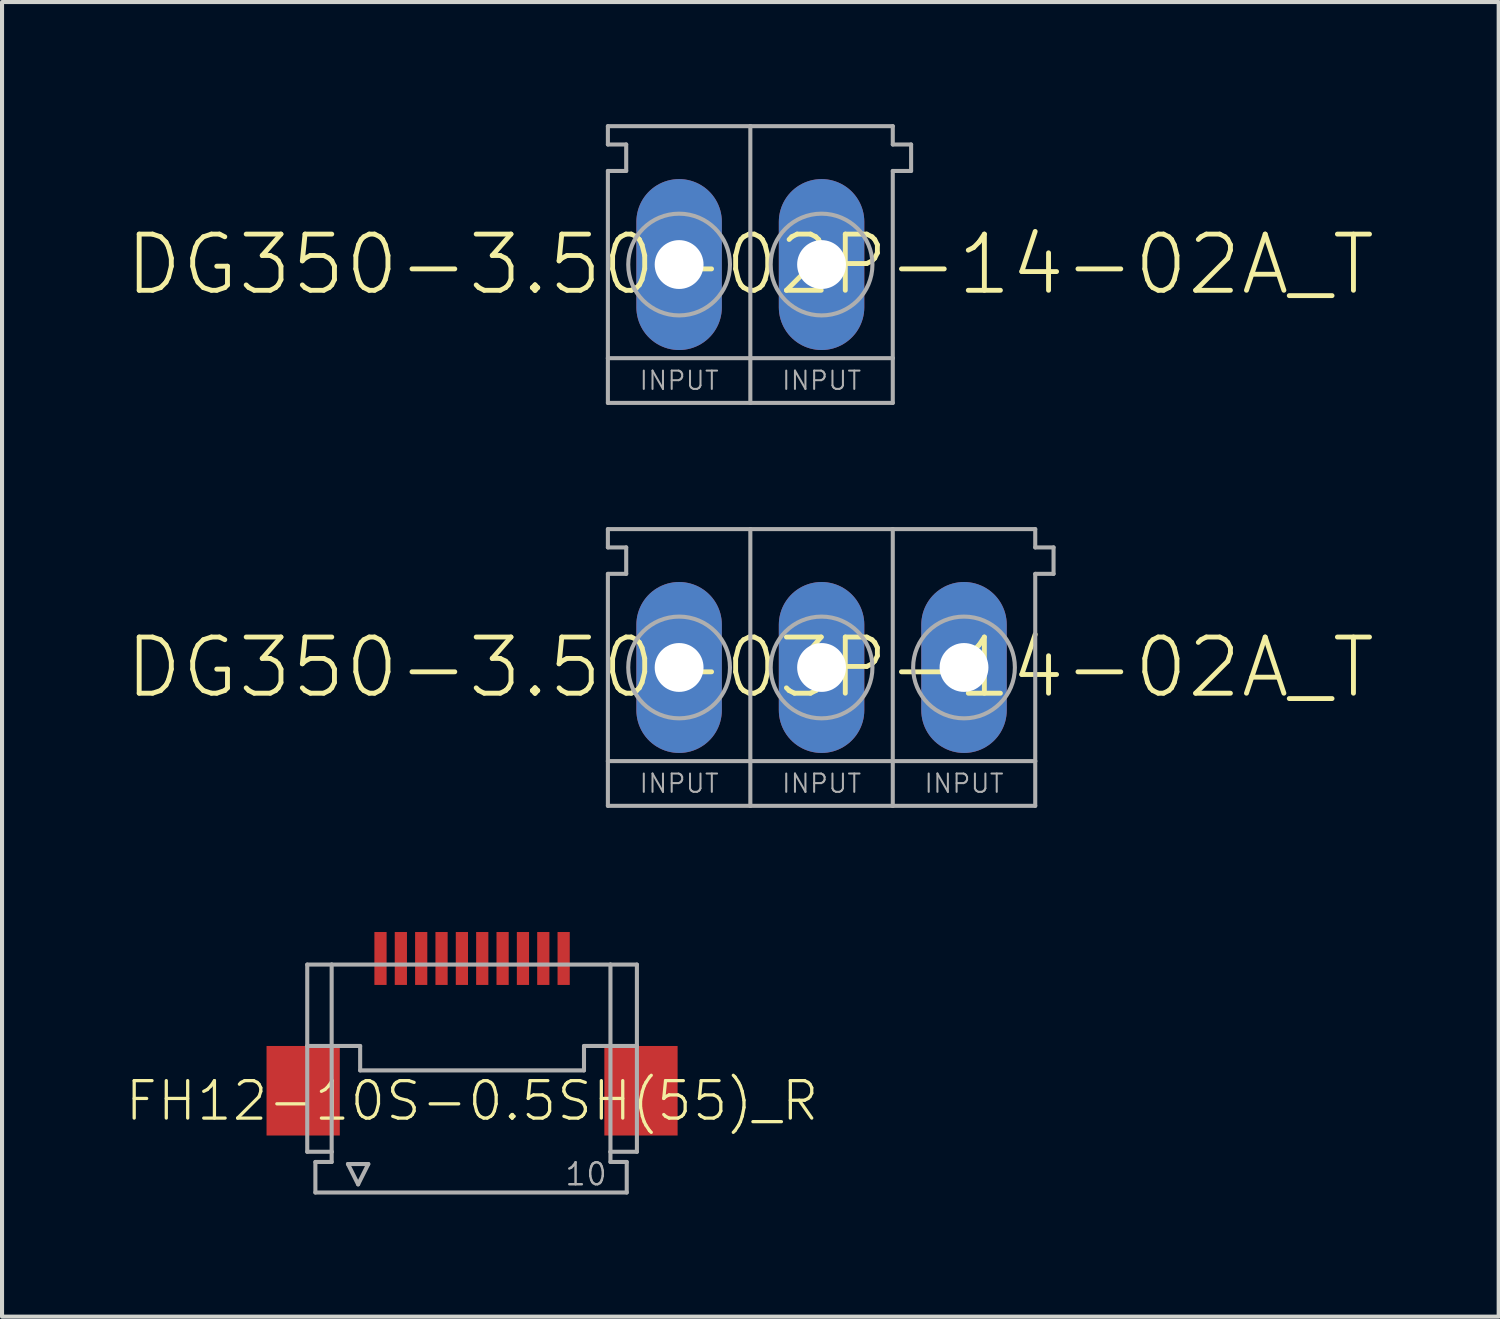
<source format=kicad_pcb>
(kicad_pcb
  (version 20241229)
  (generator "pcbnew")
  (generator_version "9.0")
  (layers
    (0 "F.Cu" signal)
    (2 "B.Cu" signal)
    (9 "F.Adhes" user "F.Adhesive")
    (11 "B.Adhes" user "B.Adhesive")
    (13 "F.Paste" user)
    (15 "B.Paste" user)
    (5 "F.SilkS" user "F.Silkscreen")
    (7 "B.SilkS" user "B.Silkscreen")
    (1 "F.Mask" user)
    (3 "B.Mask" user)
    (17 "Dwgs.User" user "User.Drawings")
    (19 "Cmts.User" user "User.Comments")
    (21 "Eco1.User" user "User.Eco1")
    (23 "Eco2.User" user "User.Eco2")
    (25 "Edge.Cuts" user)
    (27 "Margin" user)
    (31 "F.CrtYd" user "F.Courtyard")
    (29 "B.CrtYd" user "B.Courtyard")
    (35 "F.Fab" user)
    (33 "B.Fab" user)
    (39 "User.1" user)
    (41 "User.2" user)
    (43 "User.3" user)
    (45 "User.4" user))
  (footprint "FH12-10S-0.5SH(55)_R"
    (layer "F.Cu")
    (at 8.549 20.5)
    (property "Reference" "FH12-10S-0.5SH(55)_R" (at 0 3.5 0) (unlocked yes) (layer "F.SilkS") (effects (font (size 0.92 0.92) (thickness 0.08))))
    (fp_poly (pts (xy -2.45 0.7) (xy -2.05 0.7) (xy -2.05 -0.7) (xy -2.45 -0.7)) (stroke (width 0) (type default)) (fill yes) (layer "F.Mask"))
    (fp_poly (pts (xy -1.95 0.7) (xy -1.55 0.7) (xy -1.55 -0.7) (xy -1.95 -0.7)) (stroke (width 0) (type default)) (fill yes) (layer "F.Mask"))
    (fp_poly (pts (xy -1.45 0.7) (xy -1.05 0.7) (xy -1.05 -0.7) (xy -1.45 -0.7)) (stroke (width 0) (type default)) (fill yes) (layer "F.Mask"))
    (fp_poly (pts (xy -0.95 0.7) (xy -0.55 0.7) (xy -0.55 -0.7) (xy -0.95 -0.7)) (stroke (width 0) (type default)) (fill yes) (layer "F.Mask"))
    (fp_poly (pts (xy -0.45 0.7) (xy -0.05 0.7) (xy -0.05 -0.7) (xy -0.45 -0.7)) (stroke (width 0) (type default)) (fill yes) (layer "F.Mask"))
    (fp_poly (pts (xy 0.05 0.7) (xy 0.45 0.7) (xy 0.45 -0.7) (xy 0.05 -0.7)) (stroke (width 0) (type default)) (fill yes) (layer "F.Mask"))
    (fp_poly (pts (xy 0.55 0.7) (xy 0.95 0.7) (xy 0.95 -0.7) (xy 0.55 -0.7)) (stroke (width 0) (type default)) (fill yes) (layer "F.Mask"))
    (fp_poly (pts (xy 1.05 0.7) (xy 1.45 0.7) (xy 1.45 -0.7) (xy 1.05 -0.7)) (stroke (width 0) (type default)) (fill yes) (layer "F.Mask"))
    (fp_poly (pts (xy 1.55 0.7) (xy 1.95 0.7) (xy 1.95 -0.7) (xy 1.55 -0.7)) (stroke (width 0) (type default)) (fill yes) (layer "F.Mask"))
    (fp_poly (pts (xy 2.05 0.7) (xy 2.45 0.7) (xy 2.45 -0.7) (xy 2.05 -0.7)) (stroke (width 0) (type default)) (fill yes) (layer "F.Mask"))
    (fp_poly (pts (xy -3.25 4.35) (xy -5.05 4.35) (xy -5.05 2.15) (xy -3.25 2.15)) (stroke (width 0) (type default)) (fill yes) (layer "F.Paste"))
    (fp_poly (pts (xy -2.125 0.65) (xy -2.375 0.65) (xy -2.375 -0.65) (xy -2.125 -0.65)) (stroke (width 0) (type default)) (fill yes) (layer "F.Paste"))
    (fp_poly (pts (xy -1.625 0.65) (xy -1.875 0.65) (xy -1.875 -0.65) (xy -1.625 -0.65)) (stroke (width 0) (type default)) (fill yes) (layer "F.Paste"))
    (fp_poly (pts (xy -1.125 0.65) (xy -1.375 0.65) (xy -1.375 -0.65) (xy -1.125 -0.65)) (stroke (width 0) (type default)) (fill yes) (layer "F.Paste"))
    (fp_poly (pts (xy -0.625 0.65) (xy -0.875 0.65) (xy -0.875 -0.65) (xy -0.625 -0.65)) (stroke (width 0) (type default)) (fill yes) (layer "F.Paste"))
    (fp_poly (pts (xy -0.125 0.65) (xy -0.375 0.65) (xy -0.375 -0.65) (xy -0.125 -0.65)) (stroke (width 0) (type default)) (fill yes) (layer "F.Paste"))
    (fp_poly (pts (xy 0.375 0.65) (xy 0.125 0.65) (xy 0.125 -0.65) (xy 0.375 -0.65)) (stroke (width 0) (type default)) (fill yes) (layer "F.Paste"))
    (fp_poly (pts (xy 0.875 0.65) (xy 0.625 0.65) (xy 0.625 -0.65) (xy 0.875 -0.65)) (stroke (width 0) (type default)) (fill yes) (layer "F.Paste"))
    (fp_poly (pts (xy 1.375 0.65) (xy 1.125 0.65) (xy 1.125 -0.65) (xy 1.375 -0.65)) (stroke (width 0) (type default)) (fill yes) (layer "F.Paste"))
    (fp_poly (pts (xy 1.875 0.65) (xy 1.625 0.65) (xy 1.625 -0.65) (xy 1.875 -0.65)) (stroke (width 0) (type default)) (fill yes) (layer "F.Paste"))
    (fp_poly (pts (xy 2.375 0.65) (xy 2.125 0.65) (xy 2.125 -0.65) (xy 2.375 -0.65)) (stroke (width 0) (type default)) (fill yes) (layer "F.Paste"))
    (fp_poly (pts (xy 5.05 4.35) (xy 3.25 4.35) (xy 3.25 2.15) (xy 5.05 2.15)) (stroke (width 0) (type default)) (fill yes) (layer "F.Paste"))
    (fp_line (start -4.05 0.15) (end -4.05 2.15) (stroke (width 0.1) (type solid)) (layer "F.Fab"))
    (fp_line (start -4.05 0.15) (end -3.45 0.15) (stroke (width 0.1) (type solid)) (layer "F.Fab"))
    (fp_line (start -4.05 2.15) (end -4.05 4.75) (stroke (width 0.1) (type solid)) (layer "F.Fab"))
    (fp_line (start -4.05 4.75) (end -3.45 4.75) (stroke (width 0.1) (type solid)) (layer "F.Fab"))
    (fp_line (start -3.85 5) (end -3.85 5.75) (stroke (width 0.1) (type solid)) (layer "F.Fab"))
    (fp_line (start -3.85 5) (end -3.45 5) (stroke (width 0.1) (type solid)) (layer "F.Fab"))
    (fp_line (start -3.85 5.75) (end 3.8 5.75) (stroke (width 0.1) (type solid)) (layer "F.Fab"))
    (fp_line (start -3.45 0.15) (end 3.4 0.15) (stroke (width 0.1) (type solid)) (layer "F.Fab"))
    (fp_line (start -3.45 2.15) (end -4.05 2.15) (stroke (width 0.1) (type solid)) (layer "F.Fab"))
    (fp_line (start -3.45 2.15) (end -3.45 0.15) (stroke (width 0.1) (type solid)) (layer "F.Fab"))
    (fp_line (start -3.45 2.15) (end -2.75 2.15) (stroke (width 0.1) (type solid)) (layer "F.Fab"))
    (fp_line (start -3.45 4.75) (end -3.45 2.15) (stroke (width 0.1) (type solid)) (layer "F.Fab"))
    (fp_line (start -3.45 5) (end -3.45 4.75) (stroke (width 0.1) (type solid)) (layer "F.Fab"))
    (fp_line (start -3.05 5.05) (end -2.55 5.05) (stroke (width 0.1) (type solid)) (layer "F.Fab"))
    (fp_line (start -2.8 5.55) (end -3.05 5.05) (stroke (width 0.1) (type solid)) (layer "F.Fab"))
    (fp_line (start -2.75 2.15) (end -2.75 2.75) (stroke (width 0.1) (type solid)) (layer "F.Fab"))
    (fp_line (start -2.75 2.75) (end 2.75 2.75) (stroke (width 0.1) (type solid)) (layer "F.Fab"))
    (fp_line (start -2.55 5.05) (end -2.8 5.55) (stroke (width 0.1) (type solid)) (layer "F.Fab"))
    (fp_line (start 2.75 2.15) (end 3.4 2.15) (stroke (width 0.1) (type solid)) (layer "F.Fab"))
    (fp_line (start 2.75 2.75) (end 2.75 2.15) (stroke (width 0.1) (type solid)) (layer "F.Fab"))
    (fp_line (start 3.4 0.15) (end 4.05 0.15) (stroke (width 0.1) (type solid)) (layer "F.Fab"))
    (fp_line (start 3.4 2.15) (end 3.4 0.15) (stroke (width 0.1) (type solid)) (layer "F.Fab"))
    (fp_line (start 3.4 2.15) (end 4.05 2.15) (stroke (width 0.1) (type solid)) (layer "F.Fab"))
    (fp_line (start 3.4 4.75) (end 3.4 2.15) (stroke (width 0.1) (type solid)) (layer "F.Fab"))
    (fp_line (start 3.4 4.75) (end 4.05 4.75) (stroke (width 0.1) (type solid)) (layer "F.Fab"))
    (fp_line (start 3.4 5) (end 3.4 4.75) (stroke (width 0.1) (type solid)) (layer "F.Fab"))
    (fp_line (start 3.8 5) (end 3.4 5) (stroke (width 0.1) (type solid)) (layer "F.Fab"))
    (fp_line (start 3.8 5.75) (end 3.8 5) (stroke (width 0.1) (type solid)) (layer "F.Fab"))
    (fp_line (start 4.05 2.15) (end 4.05 0.15) (stroke (width 0.1) (type solid)) (layer "F.Fab"))
    (fp_line (start 4.05 4.75) (end 4.05 2.15) (stroke (width 0.1) (type solid)) (layer "F.Fab"))
    (fp_text user "10" (at 2.8 5.3 0) (layer "F.Fab") (effects (font (size 0.54 0.54) (thickness 0.06))))
    (pad "1" smd rect (at -2.25 0 270) (size 1.3 0.3) (layers "F.Cu"))
    (pad "2" smd rect (at -1.75 0 270) (size 1.3 0.3) (layers "F.Cu"))
    (pad "3" smd rect (at -1.25 0 270) (size 1.3 0.3) (layers "F.Cu"))
    (pad "4" smd rect (at -0.75 0 270) (size 1.3 0.3) (layers "F.Cu"))
    (pad "5" smd rect (at -0.25 0 270) (size 1.3 0.3) (layers "F.Cu"))
    (pad "6" smd rect (at 0.25 0 270) (size 1.3 0.3) (layers "F.Cu"))
    (pad "7" smd rect (at 0.75 0 270) (size 1.3 0.3) (layers "F.Cu"))
    (pad "8" smd rect (at 1.25 0 270) (size 1.3 0.3) (layers "F.Cu"))
    (pad "9" smd rect (at 1.75 0 270) (size 1.3 0.3) (layers "F.Cu"))
    (pad "10" smd rect (at 2.25 0 270) (size 1.3 0.3) (layers "F.Cu"))
    (pad "S1" smd rect (at -4.15 3.25 180) (size 1.8 2.2) (layers "F.Cu" "F.Mask"))
    (pad "S2" smd rect (at 4.15 3.25 180) (size 1.8 2.2) (layers "F.Cu" "F.Mask")))
  (footprint "DG350-3.50-02P-14-02A_T"
    (layer "F.Cu")
    (at 15.386 3.45)
    (property "Reference" "DG350-3.50-02P-14-02A_T" (at 0 0 0) (unlocked yes) (layer "F.SilkS") (effects (font (size 1.38 1.38) (thickness 0.12))))
    (fp_line (start -3.5 -3.4) (end -3.5 -2.95) (stroke (width 0.1) (type solid)) (layer "F.Fab"))
    (fp_line (start -3.5 -2.95) (end -3.05 -2.95) (stroke (width 0.1) (type solid)) (layer "F.Fab"))
    (fp_line (start -3.5 -2.3) (end -3.5 2.3) (stroke (width 0.1) (type solid)) (layer "F.Fab"))
    (fp_line (start -3.5 2.3) (end -3.5 3.4) (stroke (width 0.1) (type solid)) (layer "F.Fab"))
    (fp_line (start -3.5 2.3) (end 0 2.3) (stroke (width 0.1) (type solid)) (layer "F.Fab"))
    (fp_line (start -3.5 3.4) (end 0 3.4) (stroke (width 0.1) (type solid)) (layer "F.Fab"))
    (fp_line (start -3.05 -2.95) (end -3.05 -2.3) (stroke (width 0.1) (type solid)) (layer "F.Fab"))
    (fp_line (start -3.05 -2.3) (end -3.5 -2.3) (stroke (width 0.1) (type solid)) (layer "F.Fab"))
    (fp_line (start 0 -3.4) (end -3.5 -3.4) (stroke (width 0.1) (type solid)) (layer "F.Fab"))
    (fp_line (start 0 2.3) (end 0 -3.4) (stroke (width 0.1) (type solid)) (layer "F.Fab"))
    (fp_line (start 0 2.3) (end 3.5 2.3) (stroke (width 0.1) (type solid)) (layer "F.Fab"))
    (fp_line (start 0 3.4) (end 0 2.3) (stroke (width 0.1) (type solid)) (layer "F.Fab"))
    (fp_line (start 0 3.4) (end 3.5 3.4) (stroke (width 0.1) (type solid)) (layer "F.Fab"))
    (fp_line (start 3.5 -3.4) (end 0 -3.4) (stroke (width 0.1) (type solid)) (layer "F.Fab"))
    (fp_line (start 3.5 -2.95) (end 3.5 -3.4) (stroke (width 0.1) (type solid)) (layer "F.Fab"))
    (fp_line (start 3.5 -2.95) (end 3.95 -2.95) (stroke (width 0.1) (type solid)) (layer "F.Fab"))
    (fp_line (start 3.5 2.3) (end 3.5 -2.3) (stroke (width 0.1) (type solid)) (layer "F.Fab"))
    (fp_line (start 3.5 3.4) (end 3.5 2.3) (stroke (width 0.1) (type solid)) (layer "F.Fab"))
    (fp_line (start 3.95 -2.95) (end 3.95 -2.3) (stroke (width 0.1) (type solid)) (layer "F.Fab"))
    (fp_line (start 3.95 -2.3) (end 3.5 -2.3) (stroke (width 0.1) (type solid)) (layer "F.Fab"))
    (fp_circle (center -1.75 0) (end -0.5 0) (stroke (width 0.1) (type solid)) (fill no) (layer "F.Fab"))
    (fp_circle (center 1.75 0) (end 3 0) (stroke (width 0.1) (type solid)) (fill no) (layer "F.Fab"))
    (fp_text user "INPUT" (at -1.75 2.85 0) (layer "F.Fab") (effects (font (size 0.45 0.45) (thickness 0.05))))
    (fp_text user "INPUT" (at 1.75 2.85 0) (layer "F.Fab") (effects (font (size 0.45 0.45) (thickness 0.05))))
    (pad "1" thru_hole oval (at -1.75 0 90) (size 4.2 2.1) (drill 1.2) (layers "*.Cu" "*.Mask"))
    (pad "2" thru_hole oval (at 1.75 0 90) (size 4.2 2.1) (drill 1.2) (layers "*.Cu" "*.Mask")))
  (footprint "DG350-3.50-03P-14-02A_T"
    (layer "F.Cu")
    (at 17.136 13.35)
    (property "Reference" "DG350-3.50-03P-14-02A_T" (at -1.75 0 0) (unlocked yes) (layer "F.SilkS") (effects (font (size 1.38 1.38) (thickness 0.12))))
    (fp_line (start -5.25 -3.4) (end -5.25 -2.95) (stroke (width 0.1) (type solid)) (layer "F.Fab"))
    (fp_line (start -5.25 -2.95) (end -4.8 -2.95) (stroke (width 0.1) (type solid)) (layer "F.Fab"))
    (fp_line (start -5.25 -2.3) (end -5.25 2.3) (stroke (width 0.1) (type solid)) (layer "F.Fab"))
    (fp_line (start -5.25 2.3) (end -5.25 3.4) (stroke (width 0.1) (type solid)) (layer "F.Fab"))
    (fp_line (start -5.25 2.3) (end -1.75 2.3) (stroke (width 0.1) (type solid)) (layer "F.Fab"))
    (fp_line (start -5.25 3.4) (end -1.75 3.4) (stroke (width 0.1) (type solid)) (layer "F.Fab"))
    (fp_line (start -4.8 -2.95) (end -4.8 -2.3) (stroke (width 0.1) (type solid)) (layer "F.Fab"))
    (fp_line (start -4.8 -2.3) (end -5.25 -2.3) (stroke (width 0.1) (type solid)) (layer "F.Fab"))
    (fp_line (start -1.75 -3.4) (end -5.25 -3.4) (stroke (width 0.1) (type solid)) (layer "F.Fab"))
    (fp_line (start -1.75 2.3) (end -1.75 -3.4) (stroke (width 0.1) (type solid)) (layer "F.Fab"))
    (fp_line (start -1.75 2.3) (end 1.75 2.3) (stroke (width 0.1) (type solid)) (layer "F.Fab"))
    (fp_line (start -1.75 3.4) (end -1.75 2.3) (stroke (width 0.1) (type solid)) (layer "F.Fab"))
    (fp_line (start -1.75 3.4) (end 1.75 3.4) (stroke (width 0.1) (type solid)) (layer "F.Fab"))
    (fp_line (start 1.75 -3.4) (end -1.75 -3.4) (stroke (width 0.1) (type solid)) (layer "F.Fab"))
    (fp_line (start 1.75 2.3) (end 1.75 -3.4) (stroke (width 0.1) (type solid)) (layer "F.Fab"))
    (fp_line (start 1.75 2.3) (end 5.25 2.3) (stroke (width 0.1) (type solid)) (layer "F.Fab"))
    (fp_line (start 1.75 3.4) (end 1.75 2.3) (stroke (width 0.1) (type solid)) (layer "F.Fab"))
    (fp_line (start 1.75 3.4) (end 5.25 3.4) (stroke (width 0.1) (type solid)) (layer "F.Fab"))
    (fp_line (start 5.25 -3.4) (end 1.75 -3.4) (stroke (width 0.1) (type solid)) (layer "F.Fab"))
    (fp_line (start 5.25 -2.95) (end 5.25 -3.4) (stroke (width 0.1) (type solid)) (layer "F.Fab"))
    (fp_line (start 5.25 -2.95) (end 5.7 -2.95) (stroke (width 0.1) (type solid)) (layer "F.Fab"))
    (fp_line (start 5.25 2.3) (end 5.25 -2.3) (stroke (width 0.1) (type solid)) (layer "F.Fab"))
    (fp_line (start 5.25 3.4) (end 5.25 2.3) (stroke (width 0.1) (type solid)) (layer "F.Fab"))
    (fp_line (start 5.7 -2.95) (end 5.7 -2.3) (stroke (width 0.1) (type solid)) (layer "F.Fab"))
    (fp_line (start 5.7 -2.3) (end 5.25 -2.3) (stroke (width 0.1) (type solid)) (layer "F.Fab"))
    (fp_circle (center -3.5 0) (end -2.25 0) (stroke (width 0.1) (type solid)) (fill no) (layer "F.Fab"))
    (fp_circle (center 0 0) (end 1.25 0) (stroke (width 0.1) (type solid)) (fill no) (layer "F.Fab"))
    (fp_circle (center 3.5 0) (end 4.75 0) (stroke (width 0.1) (type solid)) (fill no) (layer "F.Fab"))
    (fp_text user "INPUT" (at -3.5 2.85 0) (layer "F.Fab") (effects (font (size 0.45 0.45) (thickness 0.05))))
    (fp_text user "INPUT" (at 0 2.85 0) (layer "F.Fab") (effects (font (size 0.45 0.45) (thickness 0.05))))
    (fp_text user "INPUT" (at 3.5 2.85 0) (layer "F.Fab") (effects (font (size 0.45 0.45) (thickness 0.05))))
    (pad "1" thru_hole oval (at -3.5 0 90) (size 4.2 2.1) (drill 1.2) (layers "*.Cu" "*.Mask"))
    (pad "2" thru_hole oval (at 0 0 90) (size 4.2 2.1) (drill 1.2) (layers "*.Cu" "*.Mask"))
    (pad "3" thru_hole oval (at 3.5 0 90) (size 4.2 2.1) (drill 1.2) (layers "*.Cu" "*.Mask")))
  (gr_rect
    (start -3 -3)
    (end 33.773 29.3)
    (stroke (width 0.1) (type default))
    (fill no)
    (layer "Edge.Cuts")))
</source>
